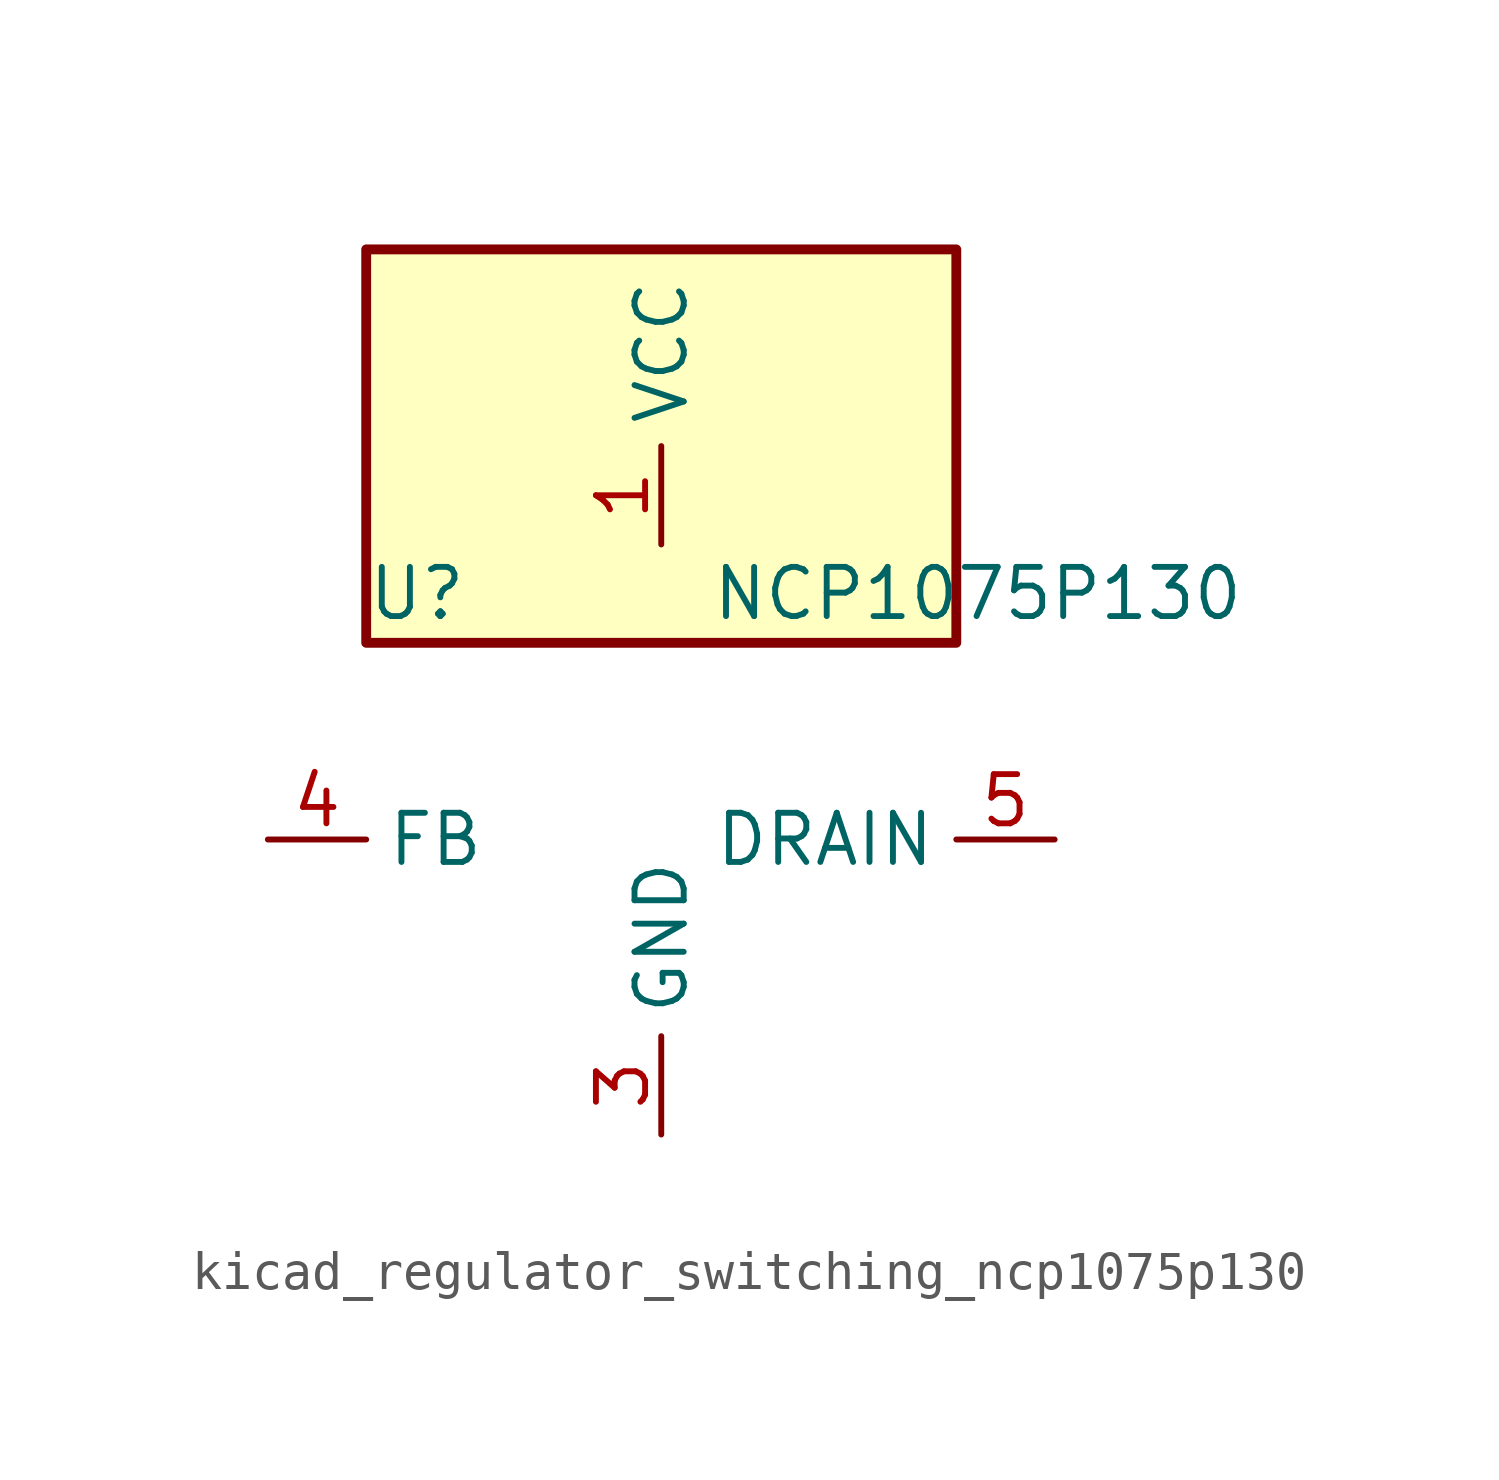
<source format=kicad_sym>
(kicad_symbol_lib
  (version 20220914)
  (generator kicad_symbol_editor)
  (symbol "kicad_regulator_switching_ncp1075p130"
    (property "Reference" "U"
      (at -7.62 6.35 0)
      (effects (font (size 1.27 1.27)) (justify left)))
    (property "Value" "NCP1075P130"
      (at 1.27 6.35 0)
      (effects (font (size 1.27 1.27)) (justify left)))
    (symbol "kicad_regulator_switching_ncp1075p130_0_1"
      (rectangle (start 7.62 15.24) (end -7.62 5.08) (stroke (width 0.254) (type default)) (fill (type background))))
    (symbol "kicad_regulator_switching_ncp1075p130_1_1"
      (pin power_in line (at 0 7.62 90) (length 2.54) (name "VCC" (effects (font (size 1.27 1.27)))) (number "1" (effects (font (size 1.27 1.27)))))
      (pin no_connect line (at -7.62 2.54 0) (length 2.54) hide (name "NC" (effects (font (size 1.27 1.27)))) (number "2" (effects (font (size 1.27 1.27)))))
      (pin power_in line (at 0 -7.62 90) (length 2.54) (name "GND" (effects (font (size 1.27 1.27)))) (number "3" (effects (font (size 1.27 1.27)))))
      (pin input line (at -10.16 0 0) (length 2.54) (name "FB" (effects (font (size 1.27 1.27)))) (number "4" (effects (font (size 1.27 1.27)))))
      (pin open_collector line (at 10.16 0 180) (length 2.54) (name "DRAIN" (effects (font (size 1.27 1.27)))) (number "5" (effects (font (size 1.27 1.27)))))
      (pin passive line (at 0 -7.62 90) (length 2.54) hide (name "GND" (effects (font (size 1.27 1.27)))) (number "7" (effects (font (size 1.27 1.27)))))
      (pin passive line (at 0 -7.62 90) (length 2.54) hide (name "GND" (effects (font (size 1.27 1.27)))) (number "8" (effects (font (size 1.27 1.27))))))))
</source>
